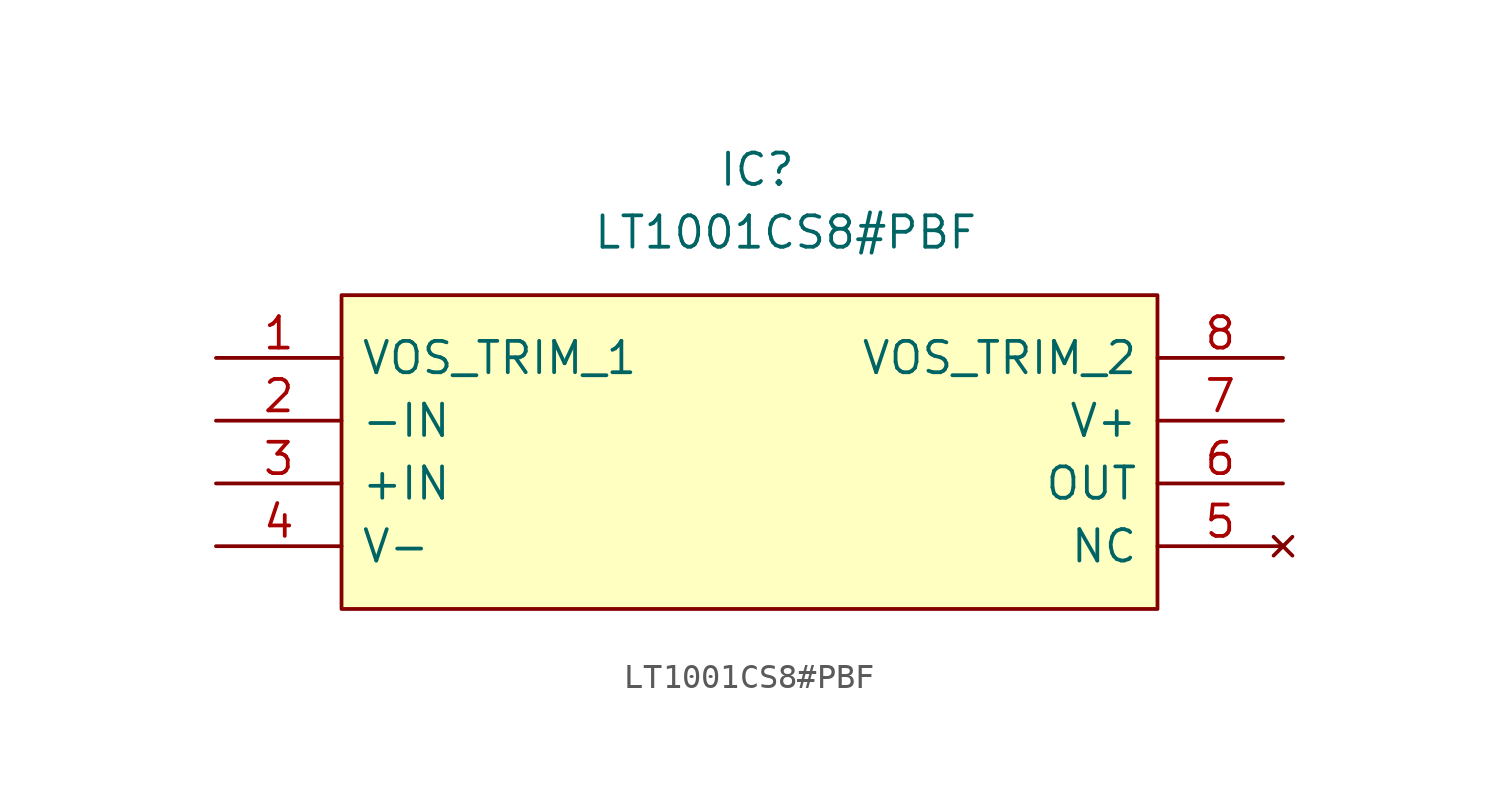
<source format=kicad_sym>
(kicad_symbol_lib
  (version 20211014)
  (generator kicad_symbol_editor)
  (symbol "LT1001CS8#PBF"
    (pin_names
      (offset 0.762))
    (property "Reference" "IC"
      (at 20.32 7.62 0)
      (effects (font (size 1.27 1.27)) (justify left)))
    (property "Value" "LT1001CS8#PBF"
      (at 15.24 5.08 0)
      (effects (font (size 1.27 1.27)) (justify left)))
    (symbol "LT1001CS8#PBF_0_0"
      (pin passive line (at 0 0 0) (length 5.08) (name "VOS_TRIM_1" (effects (font (size 1.27 1.27)))) (number "1" (effects (font (size 1.27 1.27)))))
      (pin passive line (at 0 -2.54 0) (length 5.08) (name "-IN" (effects (font (size 1.27 1.27)))) (number "2" (effects (font (size 1.27 1.27)))))
      (pin passive line (at 0 -5.08 0) (length 5.08) (name "+IN" (effects (font (size 1.27 1.27)))) (number "3" (effects (font (size 1.27 1.27)))))
      (pin passive line (at 0 -7.62 0) (length 5.08) (name "V-" (effects (font (size 1.27 1.27)))) (number "4" (effects (font (size 1.27 1.27)))))
      (pin no_connect line (at 43.18 -7.62 180) (length 5.08) (name "NC" (effects (font (size 1.27 1.27)))) (number "5" (effects (font (size 1.27 1.27)))))
      (pin passive line (at 43.18 -5.08 180) (length 5.08) (name "OUT" (effects (font (size 1.27 1.27)))) (number "6" (effects (font (size 1.27 1.27)))))
      (pin passive line (at 43.18 -2.54 180) (length 5.08) (name "V+" (effects (font (size 1.27 1.27)))) (number "7" (effects (font (size 1.27 1.27)))))
      (pin passive line (at 43.18 0 180) (length 5.08) (name "VOS_TRIM_2" (effects (font (size 1.27 1.27)))) (number "8" (effects (font (size 1.27 1.27))))))
    (symbol "LT1001CS8#PBF_0_1"
      (rectangle (start 5.08 2.54) (end 38.1 -10.16) (stroke (width 0) (type default) (color 0 0 0 0)) (fill (type background))))))
</source>
